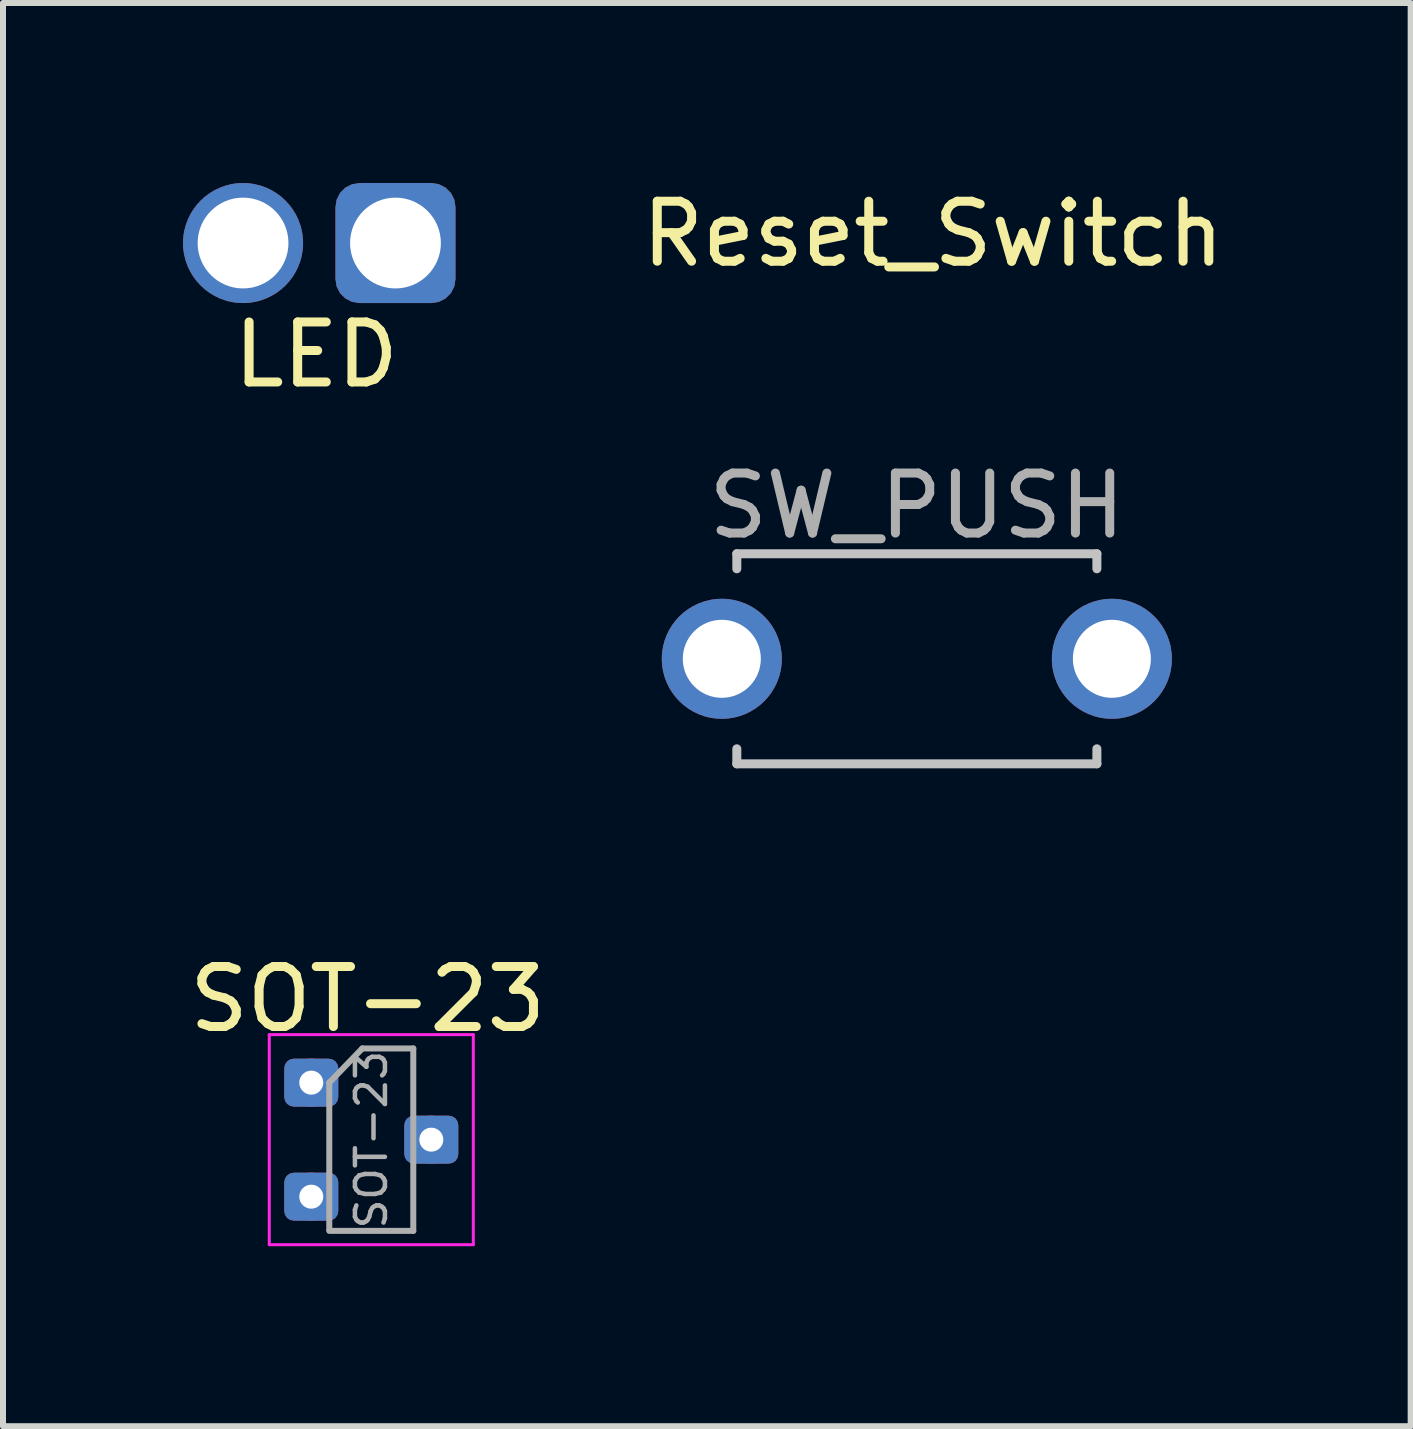
<source format=kicad_pcb>
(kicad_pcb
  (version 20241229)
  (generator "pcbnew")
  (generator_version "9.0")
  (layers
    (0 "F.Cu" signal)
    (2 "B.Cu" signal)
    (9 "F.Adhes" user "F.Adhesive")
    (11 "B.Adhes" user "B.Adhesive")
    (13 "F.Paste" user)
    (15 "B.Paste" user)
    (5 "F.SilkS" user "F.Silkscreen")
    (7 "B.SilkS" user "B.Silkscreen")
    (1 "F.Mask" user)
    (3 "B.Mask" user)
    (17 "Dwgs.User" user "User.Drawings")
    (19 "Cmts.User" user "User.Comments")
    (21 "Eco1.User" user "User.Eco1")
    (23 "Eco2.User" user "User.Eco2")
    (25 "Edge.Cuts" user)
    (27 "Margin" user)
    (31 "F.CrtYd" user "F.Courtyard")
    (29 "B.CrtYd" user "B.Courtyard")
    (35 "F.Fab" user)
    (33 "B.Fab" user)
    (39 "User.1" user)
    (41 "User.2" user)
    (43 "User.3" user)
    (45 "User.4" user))
  (footprint "LED"
    (layer "F.Cu")
    (at 2.27 1)
    (property "Reference" "LED" (at -0.05 1.86 0) (layer "F.SilkS") (effects (font (size 1 1) (thickness 0.15))))
    (attr through_hole)
    (pad "1" thru_hole circle (at -1.27 0) (size 2 2) (drill 1.513) (layers "*.Cu" "*.Mask"))
    (pad "2" thru_hole roundrect (at 1.27 0) (size 2 2) (drill 1.513) (layers "*.Cu" "*.Mask") (roundrect_rratio 0.2)))
  (footprint "Reset_Switch"
    (layer "F.Cu")
    (at 12.228 7.928)
    (property "Reference" "Reset_Switch" (at 0.27 -7.08 0) (layer "F.SilkS") (effects (font (size 1 1) (thickness 0.15))))
    (attr through_hole)
    (fp_line (start -3 -1.75) (end -3 -1.5) (stroke (width 0.15) (type solid)) (layer "Dwgs.User"))
    (fp_line (start -3 -1.75) (end 3 -1.75) (stroke (width 0.15) (type solid)) (layer "Dwgs.User"))
    (fp_line (start -3 1.75) (end -3 1.5) (stroke (width 0.15) (type solid)) (layer "Dwgs.User"))
    (fp_line (start -3 1.75) (end 3 1.75) (stroke (width 0.15) (type solid)) (layer "Dwgs.User"))
    (fp_line (start 3 -1.75) (end 3 -1.5) (stroke (width 0.15) (type solid)) (layer "Dwgs.User"))
    (fp_line (start 3 1.75) (end 3 1.5) (stroke (width 0.15) (type solid)) (layer "Dwgs.User"))
    (fp_text user "SW_PUSH" (at 0 -2.55 0) (layer "F.Fab") (effects (font (size 1 1) (thickness 0.15))))
    (pad "1" thru_hole circle (at 3.25 0) (size 2 2) (drill 1.3) (layers "*.Cu" "*.Mask"))
    (pad "2" thru_hole circle (at -3.25 0) (size 2 2) (drill 1.3) (layers "*.Cu" "*.Mask")))
  (footprint "SOT-23"
    (layer "F.Cu")
    (at 3.077 15.861)
    (property "Reference" "SOT-23" (at 0 -2.26 0) (layer "F.SilkS") (effects (font (size 1 1) (thickness 0.15))))
    (attr through_hole)
    (fp_line (start -1.64 -1.67) (end 1.76 -1.67) (stroke (width 0.05) (type solid)) (layer "F.CrtYd"))
    (fp_line (start -1.64 1.83) (end -1.64 -1.67) (stroke (width 0.05) (type solid)) (layer "F.CrtYd"))
    (fp_line (start 1.76 -1.67) (end 1.76 1.83) (stroke (width 0.05) (type solid)) (layer "F.CrtYd"))
    (fp_line (start 1.76 1.83) (end -1.64 1.83) (stroke (width 0.05) (type solid)) (layer "F.CrtYd"))
    (fp_line (start -0.64 -0.87) (end -0.64 1.58) (stroke (width 0.1) (type solid)) (layer "F.Fab"))
    (fp_line (start -0.64 -0.87) (end -0.09 -1.44) (stroke (width 0.1) (type solid)) (layer "F.Fab"))
    (fp_line (start -0.64 1.6) (end 0.76 1.6) (stroke (width 0.1) (type solid)) (layer "F.Fab"))
    (fp_line (start -0.09 -1.44) (end 0.76 -1.44) (stroke (width 0.1) (type solid)) (layer "F.Fab"))
    (fp_line (start 0.76 -1.44) (end 0.76 1.6) (stroke (width 0.1) (type solid)) (layer "F.Fab"))
    (fp_text user "${REFERENCE}" (at 0.06 0.08 90) (layer "F.Fab") (effects (font (size 0.5 0.5) (thickness 0.075))))
    (pad "1" thru_hole circle (at -0.94 -0.87) (size 0.8 0.8) (drill 0.4) (layers "*.Cu" "F.Mask"))
    (pad "1" smd roundrect (at -0.94 -0.87) (size 0.9 0.8) (layers "F.Cu" "F.Mask" "F.Paste") (roundrect_rratio 0.2))
    (pad "1" smd roundrect (at -0.94 -0.87) (size 0.9 0.8) (layers "B.Cu" "B.Mask" "B.Paste") (roundrect_rratio 0.2))
    (pad "2" thru_hole circle (at -0.94 1.03) (size 0.8 0.8) (drill 0.4) (layers "*.Cu" "F.Mask"))
    (pad "2" smd roundrect (at -0.94 1.03) (size 0.9 0.8) (layers "F.Cu" "F.Mask" "F.Paste") (roundrect_rratio 0.2))
    (pad "2" smd roundrect (at -0.94 1.03) (size 0.9 0.8) (layers "B.Cu" "B.Mask" "B.Paste") (roundrect_rratio 0.2))
    (pad "3" thru_hole circle (at 1.06 0.08) (size 0.8 0.8) (drill 0.4) (layers "*.Cu" "F.Mask"))
    (pad "3" smd roundrect (at 1.06 0.08) (size 0.9 0.8) (layers "F.Cu" "F.Mask" "F.Paste") (roundrect_rratio 0.2))
    (pad "3" smd roundrect (at 1.06 0.08) (size 0.9 0.8) (layers "B.Cu" "B.Mask" "B.Paste") (roundrect_rratio 0.2)))
  (gr_rect
    (start -3 -3)
    (end 20.457 20.716)
    (stroke (width 0.1) (type default))
    (fill no)
    (layer "Edge.Cuts")))
</source>
